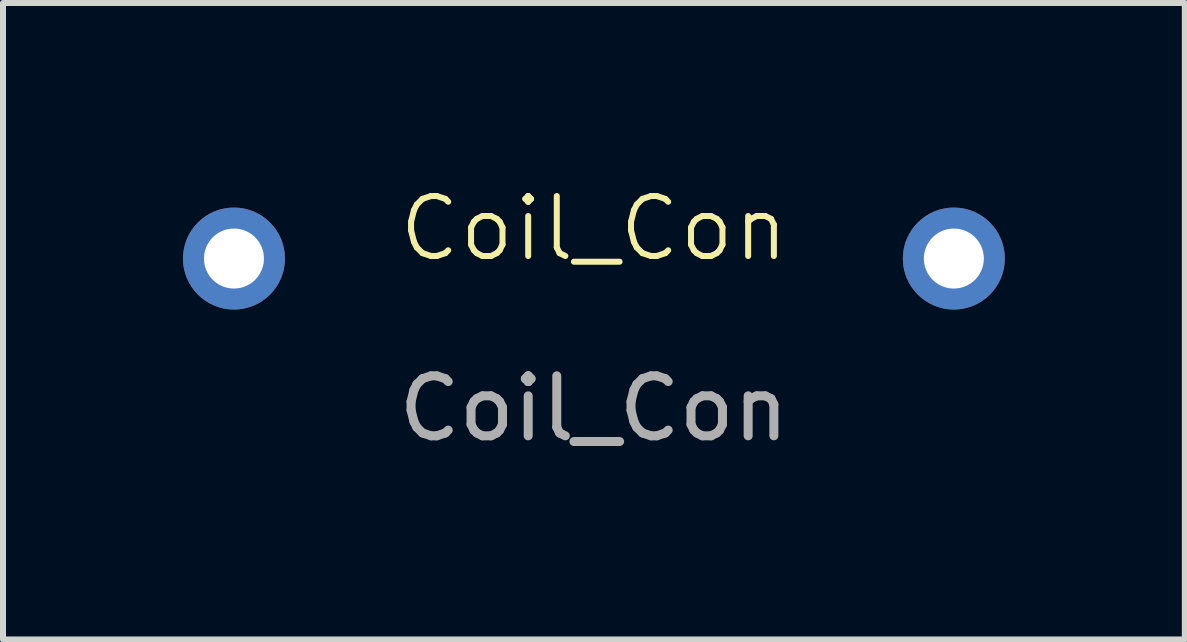
<source format=kicad_pcb>
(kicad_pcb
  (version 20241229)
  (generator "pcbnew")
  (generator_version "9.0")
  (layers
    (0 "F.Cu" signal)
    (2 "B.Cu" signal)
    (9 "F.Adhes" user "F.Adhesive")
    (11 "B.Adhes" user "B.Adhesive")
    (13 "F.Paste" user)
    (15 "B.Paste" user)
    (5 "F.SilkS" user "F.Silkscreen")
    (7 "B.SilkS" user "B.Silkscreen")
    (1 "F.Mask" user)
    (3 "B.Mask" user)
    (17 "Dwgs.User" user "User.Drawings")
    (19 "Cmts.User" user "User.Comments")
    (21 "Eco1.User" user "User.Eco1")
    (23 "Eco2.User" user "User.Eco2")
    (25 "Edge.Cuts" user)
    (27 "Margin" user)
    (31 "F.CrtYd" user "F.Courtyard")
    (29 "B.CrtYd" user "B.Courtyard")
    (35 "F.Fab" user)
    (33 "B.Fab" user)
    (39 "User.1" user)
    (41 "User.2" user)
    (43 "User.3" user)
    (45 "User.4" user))
  (footprint "Coil_Con"
    (layer "F.Cu")
    (at 6.85 1.26)
    (property "Reference" "Coil_Con" (at 0 -0.5 0) (unlocked yes) (layer "F.SilkS") (effects (font (size 1 1) (thickness 0.1))))
    (attr smd)
    (fp_text user "${REFERENCE}" (at 0 2.5 0) (unlocked yes) (layer "F.Fab") (effects (font (size 1 1) (thickness 0.15))))
    (pad "1" thru_hole circle (at -6 0) (size 1.7 1.7) (drill 1) (layers "*.Cu" "*.Mask"))
    (pad "2" thru_hole circle (at 6 0) (size 1.7 1.7) (drill 1) (layers "*.Cu" "*.Mask")))
  (gr_rect
    (start -3 -3)
    (end 16.7 7.609)
    (stroke (width 0.1) (type default))
    (fill no)
    (layer "Edge.Cuts")))
</source>
